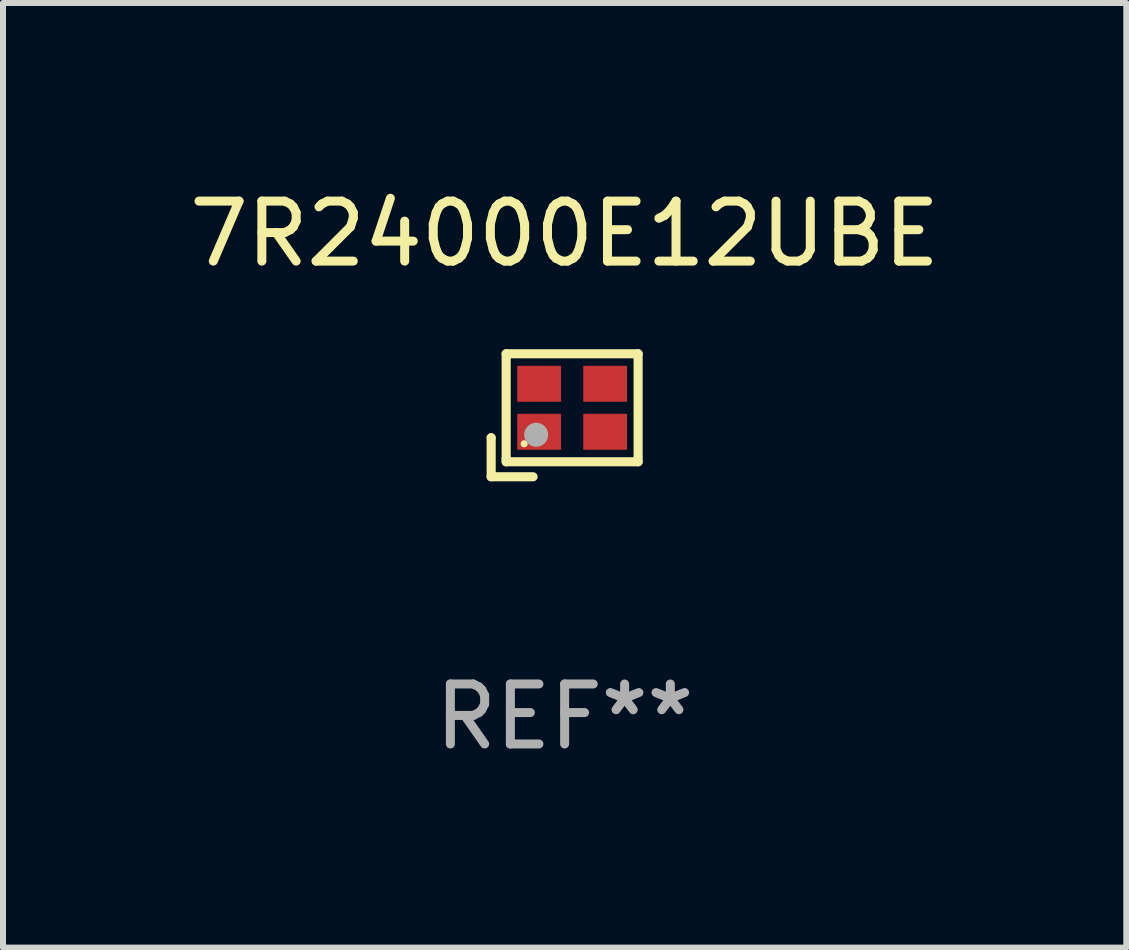
<source format=kicad_pcb>
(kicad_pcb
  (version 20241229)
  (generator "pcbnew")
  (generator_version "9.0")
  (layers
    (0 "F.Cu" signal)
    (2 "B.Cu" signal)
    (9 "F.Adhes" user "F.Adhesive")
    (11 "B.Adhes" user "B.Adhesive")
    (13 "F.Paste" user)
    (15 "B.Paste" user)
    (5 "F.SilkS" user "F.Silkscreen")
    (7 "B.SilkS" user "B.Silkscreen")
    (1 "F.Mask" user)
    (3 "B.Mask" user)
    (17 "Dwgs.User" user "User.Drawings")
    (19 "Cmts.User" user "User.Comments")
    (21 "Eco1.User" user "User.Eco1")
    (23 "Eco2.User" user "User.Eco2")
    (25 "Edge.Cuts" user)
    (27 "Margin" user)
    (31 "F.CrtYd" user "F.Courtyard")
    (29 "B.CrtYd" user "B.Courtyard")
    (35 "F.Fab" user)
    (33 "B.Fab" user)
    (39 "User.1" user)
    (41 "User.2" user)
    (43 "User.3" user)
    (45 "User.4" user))
  (footprint "7R24000E12UBE"
    (layer "F.Cu")
    (at 6.363 3.873)
    (property "Reference" "7R24000E12UBE" (at 0 -3.025 0) (layer "F.SilkS") (effects (font (size 1 1) (thickness 0.15))))
    (attr through_hole)
    (fp_line (start -1.225 0.375) (end -1.225 0.375) (stroke (width 0.152) (type solid)) (layer "F.SilkS"))
    (fp_line (start -1.225 0.375) (end -1.225 1.025) (stroke (width 0.152) (type solid)) (layer "F.SilkS"))
    (fp_line (start -1.225 1.025) (end -0.526 1.025) (stroke (width 0.152) (type solid)) (layer "F.SilkS"))
    (fp_line (start -0.975 -1.025) (end -0.975 0.725) (stroke (width 0.152) (type solid)) (layer "F.SilkS"))
    (fp_line (start -0.975 0.725) (end -0.975 0.775) (stroke (width 0.152) (type solid)) (layer "F.SilkS"))
    (fp_line (start -0.975 0.775) (end 1.225 0.775) (stroke (width 0.152) (type solid)) (layer "F.SilkS"))
    (fp_line (start 1.225 -1.025) (end -0.975 -1.025) (stroke (width 0.152) (type solid)) (layer "F.SilkS"))
    (fp_line (start 1.225 0.775) (end 1.225 -1.025) (stroke (width 0.152) (type solid)) (layer "F.SilkS"))
    (fp_circle (center -0.675 0.475) (end -0.645 0.475) (stroke (width 0.06) (type solid)) (fill no) (layer "F.SilkS"))
    (fp_circle (center -0.475 0.325) (end -0.375 0.325) (stroke (width 0.2) (type solid)) (fill no) (layer "F.Fab"))
    (fp_text user "REF**" (at 0 5.025 0) (layer "F.Fab") (effects (font (size 1 1) (thickness 0.15))))
    (pad "1" smd rect (at -0.425 0.275) (size 0.73 0.6) (layers "F.Cu" "F.Mask" "F.Paste"))
    (pad "2" smd rect (at 0.675 0.275) (size 0.73 0.6) (layers "F.Cu" "F.Mask" "F.Paste"))
    (pad "3" smd rect (at 0.675 -0.525) (size 0.73 0.6) (layers "F.Cu" "F.Mask" "F.Paste"))
    (pad "4" smd rect (at -0.425 -0.525) (size 0.73 0.6) (layers "F.Cu" "F.Mask" "F.Paste")))
  (gr_rect
    (start -3 -3)
    (end 15.726 12.747)
    (stroke (width 0.1) (type default))
    (fill no)
    (layer "Edge.Cuts")))
</source>
